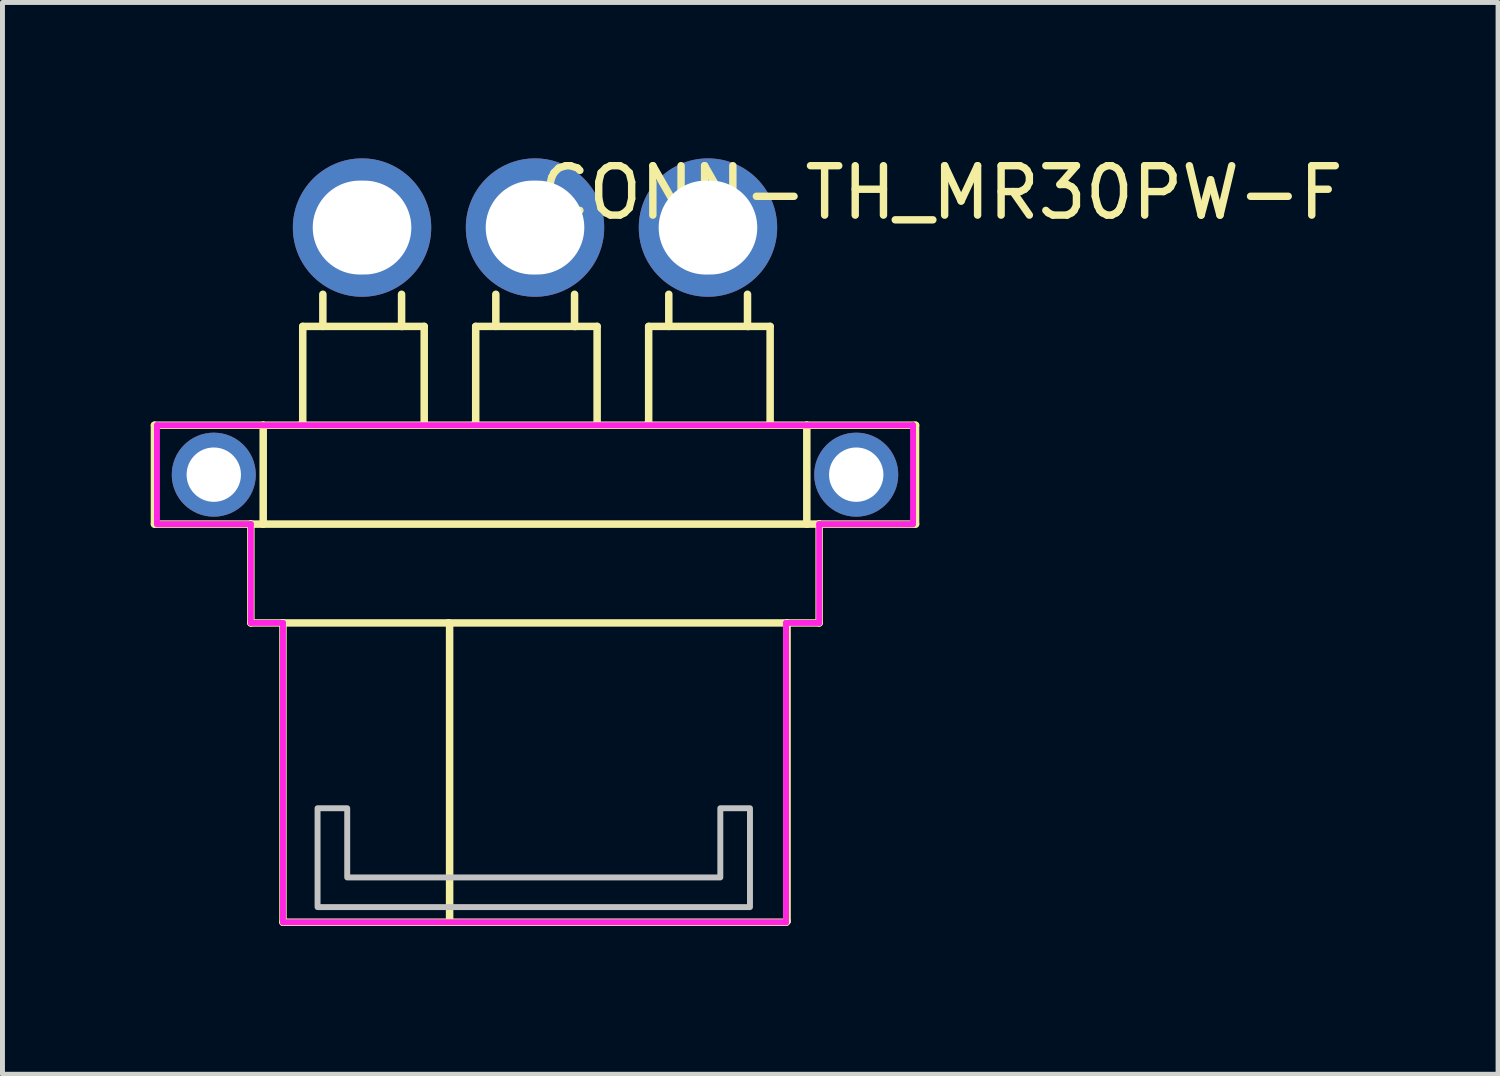
<source format=kicad_pcb>
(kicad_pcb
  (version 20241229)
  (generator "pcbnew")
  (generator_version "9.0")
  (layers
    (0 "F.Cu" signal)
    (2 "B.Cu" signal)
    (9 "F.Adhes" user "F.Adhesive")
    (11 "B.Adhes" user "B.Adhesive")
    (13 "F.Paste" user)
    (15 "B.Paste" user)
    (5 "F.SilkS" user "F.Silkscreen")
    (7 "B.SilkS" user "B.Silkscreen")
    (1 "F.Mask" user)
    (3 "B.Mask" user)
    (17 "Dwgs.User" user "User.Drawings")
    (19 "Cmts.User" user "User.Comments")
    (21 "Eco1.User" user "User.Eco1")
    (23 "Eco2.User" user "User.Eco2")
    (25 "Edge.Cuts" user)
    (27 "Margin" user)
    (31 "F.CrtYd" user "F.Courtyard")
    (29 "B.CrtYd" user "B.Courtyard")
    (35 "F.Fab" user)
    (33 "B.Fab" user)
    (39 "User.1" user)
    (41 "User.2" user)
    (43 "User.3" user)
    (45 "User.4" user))
  (footprint "CONN-TH_MR30PW-F"
    (layer "F.Cu")
    (at 7.776 4.055)
    (property "Reference" "CONN-TH_MR30PW-F" (at 0 -3.207 0) (layer "F.SilkS") (effects (font (size 1 1) (thickness 0.15)) (justify left)))
    (attr through_hole)
    (fp_line (start -7.7 1.5) (end -5.5 1.5) (stroke (width 0.152) (type solid)) (layer "F.SilkS"))
    (fp_line (start -7.7 3.5) (end -7.7 1.5) (stroke (width 0.152) (type solid)) (layer "F.SilkS"))
    (fp_line (start -5.75 3.5) (end -7.7 3.5) (stroke (width 0.152) (type solid)) (layer "F.SilkS"))
    (fp_line (start -5.75 3.5) (end -5.75 5.5) (stroke (width 0.152) (type solid)) (layer "F.SilkS"))
    (fp_line (start -5.75 5.5) (end -5.1 5.5) (stroke (width 0.152) (type solid)) (layer "F.SilkS"))
    (fp_line (start -5.5 1.5) (end 5.5 1.5) (stroke (width 0.152) (type solid)) (layer "F.SilkS"))
    (fp_line (start -5.5 3.5) (end -5.75 3.5) (stroke (width 0.152) (type solid)) (layer "F.SilkS"))
    (fp_line (start -5.5 3.5) (end -5.5 1.5) (stroke (width 0.152) (type solid)) (layer "F.SilkS"))
    (fp_line (start -5.1 5.5) (end -5.1 11.557) (stroke (width 0.152) (type solid)) (layer "F.SilkS"))
    (fp_line (start -5.1 5.5) (end -1.75 5.5) (stroke (width 0.152) (type solid)) (layer "F.SilkS"))
    (fp_line (start -5.1 11.557) (end 5.08 11.557) (stroke (width 0.152) (type solid)) (layer "F.SilkS"))
    (fp_line (start -4.764 1.5) (end -4.7 1.5) (stroke (width 0.152) (type solid)) (layer "F.SilkS"))
    (fp_line (start -4.7 -0.5) (end -2.242 -0.5) (stroke (width 0.152) (type solid)) (layer "F.SilkS"))
    (fp_line (start -4.7 1.5) (end -4.7 -0.5) (stroke (width 0.152) (type solid)) (layer "F.SilkS"))
    (fp_line (start -4.293 -0.5) (end -4.293 -1.15) (stroke (width 0.152) (type solid)) (layer "F.SilkS"))
    (fp_line (start -2.7 -1.15) (end -2.7 -0.5) (stroke (width 0.152) (type solid)) (layer "F.SilkS"))
    (fp_line (start -2.7 -0.5) (end -2.675 -0.5) (stroke (width 0.152) (type solid)) (layer "F.SilkS"))
    (fp_line (start -2.242 -0.5) (end -2.242 1.5) (stroke (width 0.152) (type solid)) (layer "F.SilkS"))
    (fp_line (start -1.75 5.5) (end -1.728 5.522) (stroke (width 0.152) (type solid)) (layer "F.SilkS"))
    (fp_line (start -1.75 5.5) (end 5.1 5.5) (stroke (width 0.152) (type solid)) (layer "F.SilkS"))
    (fp_line (start -1.728 5.522) (end -1.728 11.557) (stroke (width 0.152) (type solid)) (layer "F.SilkS"))
    (fp_line (start -1.264 1.5) (end -1.2 1.5) (stroke (width 0.152) (type solid)) (layer "F.SilkS"))
    (fp_line (start -1.2 -0.5) (end 1.257 -0.5) (stroke (width 0.152) (type solid)) (layer "F.SilkS"))
    (fp_line (start -1.2 1.5) (end -1.2 -0.5) (stroke (width 0.152) (type solid)) (layer "F.SilkS"))
    (fp_line (start -0.793 -0.5) (end -0.793 -1.15) (stroke (width 0.152) (type solid)) (layer "F.SilkS"))
    (fp_line (start 0.8 -1.15) (end 0.8 -0.5) (stroke (width 0.152) (type solid)) (layer "F.SilkS"))
    (fp_line (start 0.8 -0.5) (end 0.825 -0.5) (stroke (width 0.152) (type solid)) (layer "F.SilkS"))
    (fp_line (start 1.257 -0.5) (end 1.257 1.5) (stroke (width 0.152) (type solid)) (layer "F.SilkS"))
    (fp_line (start 2.236 1.5) (end 2.3 1.5) (stroke (width 0.152) (type solid)) (layer "F.SilkS"))
    (fp_line (start 2.3 -0.5) (end 4.758 -0.5) (stroke (width 0.152) (type solid)) (layer "F.SilkS"))
    (fp_line (start 2.3 1.5) (end 2.3 -0.5) (stroke (width 0.152) (type solid)) (layer "F.SilkS"))
    (fp_line (start 2.707 -0.5) (end 2.707 -1.15) (stroke (width 0.152) (type solid)) (layer "F.SilkS"))
    (fp_line (start 4.3 -1.15) (end 4.3 -0.5) (stroke (width 0.152) (type solid)) (layer "F.SilkS"))
    (fp_line (start 4.3 -0.5) (end 4.325 -0.5) (stroke (width 0.152) (type solid)) (layer "F.SilkS"))
    (fp_line (start 4.758 -0.5) (end 4.758 1.5) (stroke (width 0.152) (type solid)) (layer "F.SilkS"))
    (fp_line (start 5.08 11.557) (end 5.1 11.537) (stroke (width 0.152) (type solid)) (layer "F.SilkS"))
    (fp_line (start 5.1 5.5) (end 5.75 5.5) (stroke (width 0.152) (type solid)) (layer "F.SilkS"))
    (fp_line (start 5.1 11.537) (end 5.1 5.5) (stroke (width 0.152) (type solid)) (layer "F.SilkS"))
    (fp_line (start 5.5 1.5) (end 7.7 1.5) (stroke (width 0.152) (type solid)) (layer "F.SilkS"))
    (fp_line (start 5.5 3.5) (end -5.5 3.5) (stroke (width 0.152) (type solid)) (layer "F.SilkS"))
    (fp_line (start 5.5 3.5) (end 5.5 1.5) (stroke (width 0.152) (type solid)) (layer "F.SilkS"))
    (fp_line (start 5.75 3.5) (end 5.5 3.5) (stroke (width 0.152) (type solid)) (layer "F.SilkS"))
    (fp_line (start 5.75 5.5) (end 5.75 3.5) (stroke (width 0.152) (type solid)) (layer "F.SilkS"))
    (fp_line (start 7.7 1.5) (end 7.7 3.5) (stroke (width 0.152) (type solid)) (layer "F.SilkS"))
    (fp_line (start 7.7 3.5) (end 5.75 3.5) (stroke (width 0.152) (type solid)) (layer "F.SilkS"))
    (fp_poly (pts (xy -4.4 9.25) (xy -4.4 11.25) (xy 4.35 11.25) (xy 4.35 9.25) (xy 3.75 9.25) (xy 3.75 10.65) (xy -3.8 10.65) (xy -3.8 9.25)) (stroke (width 0.12) (type solid)) (fill no) (layer "Dwgs.User"))
    (fp_line (start -4.75 -0.5) (end -4.3 -0.5) (stroke (width 0.12) (type solid)) (layer "Eco2.User"))
    (fp_line (start -4.75 1.6) (end -4.75 -0.5) (stroke (width 0.12) (type solid)) (layer "Eco2.User"))
    (fp_line (start -4.3 -3.3) (end -2.7 -3.3) (stroke (width 0.12) (type solid)) (layer "Eco2.User"))
    (fp_line (start -4.3 -0.5) (end -4.3 -3.3) (stroke (width 0.12) (type solid)) (layer "Eco2.User"))
    (fp_line (start -2.7 -3.3) (end -2.7 -0.5) (stroke (width 0.12) (type solid)) (layer "Eco2.User"))
    (fp_line (start -2.7 -0.5) (end -2.25 -0.5) (stroke (width 0.12) (type solid)) (layer "Eco2.User"))
    (fp_line (start -2.25 -0.5) (end -2.25 1.6) (stroke (width 0.12) (type solid)) (layer "Eco2.User"))
    (fp_line (start -2.25 1.6) (end -4.75 1.6) (stroke (width 0.12) (type solid)) (layer "Eco2.User"))
    (fp_line (start -1.25 -0.5) (end -0.8 -0.5) (stroke (width 0.12) (type solid)) (layer "Eco2.User"))
    (fp_line (start -1.25 1.6) (end -1.25 -0.5) (stroke (width 0.12) (type solid)) (layer "Eco2.User"))
    (fp_line (start -0.8 -3.3) (end 0.8 -3.3) (stroke (width 0.12) (type solid)) (layer "Eco2.User"))
    (fp_line (start -0.8 -0.5) (end -0.8 -3.3) (stroke (width 0.12) (type solid)) (layer "Eco2.User"))
    (fp_line (start 0.8 -3.3) (end 0.8 -0.5) (stroke (width 0.12) (type solid)) (layer "Eco2.User"))
    (fp_line (start 0.8 -0.5) (end 1.25 -0.5) (stroke (width 0.12) (type solid)) (layer "Eco2.User"))
    (fp_line (start 1.25 -0.5) (end 1.25 1.6) (stroke (width 0.12) (type solid)) (layer "Eco2.User"))
    (fp_line (start 1.25 1.6) (end -1.25 1.6) (stroke (width 0.12) (type solid)) (layer "Eco2.User"))
    (fp_line (start 2.25 -0.5) (end 2.7 -0.5) (stroke (width 0.12) (type solid)) (layer "Eco2.User"))
    (fp_line (start 2.25 1.6) (end 2.25 -0.5) (stroke (width 0.12) (type solid)) (layer "Eco2.User"))
    (fp_line (start 2.7 -3.3) (end 4.3 -3.3) (stroke (width 0.12) (type solid)) (layer "Eco2.User"))
    (fp_line (start 2.7 -0.5) (end 2.7 -3.3) (stroke (width 0.12) (type solid)) (layer "Eco2.User"))
    (fp_line (start 4.3 -3.3) (end 4.3 -0.5) (stroke (width 0.12) (type solid)) (layer "Eco2.User"))
    (fp_line (start 4.3 -0.5) (end 4.75 -0.5) (stroke (width 0.12) (type solid)) (layer "Eco2.User"))
    (fp_line (start 4.75 -0.5) (end 4.75 1.6) (stroke (width 0.12) (type solid)) (layer "Eco2.User"))
    (fp_line (start 4.75 1.6) (end 2.25 1.6) (stroke (width 0.12) (type solid)) (layer "Eco2.User"))
    (fp_circle (center -7.65 -3.3) (end -7.62 -3.3) (stroke (width 0.06) (type solid)) (fill no) (layer "Eco2.User"))
    (fp_circle (center -6.5 2.5) (end -6.3 2.5) (stroke (width 0.4) (type solid)) (fill no) (layer "Eco2.User"))
    (fp_circle (center -3.5 -2.5) (end -3.1 -2.5) (stroke (width 0.8) (type solid)) (fill no) (layer "Eco2.User"))
    (fp_circle (center 0 -2.5) (end 0.4 -2.5) (stroke (width 0.8) (type solid)) (fill no) (layer "Eco2.User"))
    (fp_circle (center 3.5 -2.5) (end 3.9 -2.5) (stroke (width 0.8) (type solid)) (fill no) (layer "Eco2.User"))
    (fp_circle (center 6.5 2.5) (end 6.7 2.5) (stroke (width 0.4) (type solid)) (fill no) (layer "Eco2.User"))
    (fp_line (start -7.65 1.5) (end -7.65 3.5) (stroke (width 0.12) (type solid)) (layer "F.CrtYd"))
    (fp_line (start -7.65 3.5) (end -5.75 3.5) (stroke (width 0.12) (type solid)) (layer "F.CrtYd"))
    (fp_line (start -5.75 3.5) (end -5.75 5.5) (stroke (width 0.12) (type solid)) (layer "F.CrtYd"))
    (fp_line (start -5.75 5.5) (end -5.1 5.5) (stroke (width 0.12) (type solid)) (layer "F.CrtYd"))
    (fp_line (start -5.1 5.5) (end -5.1 11.557) (stroke (width 0.12) (type solid)) (layer "F.CrtYd"))
    (fp_line (start -5.1 11.557) (end 5.08 11.557) (stroke (width 0.12) (type solid)) (layer "F.CrtYd"))
    (fp_line (start 5.08 5.5) (end 5.75 5.5) (stroke (width 0.12) (type solid)) (layer "F.CrtYd"))
    (fp_line (start 5.08 11.557) (end 5.08 5.5) (stroke (width 0.12) (type solid)) (layer "F.CrtYd"))
    (fp_line (start 5.75 3.5) (end 7.65 3.5) (stroke (width 0.12) (type solid)) (layer "F.CrtYd"))
    (fp_line (start 5.75 5.5) (end 5.75 3.5) (stroke (width 0.12) (type solid)) (layer "F.CrtYd"))
    (fp_line (start 7.65 1.5) (end -7.65 1.5) (stroke (width 0.12) (type solid)) (layer "F.CrtYd"))
    (fp_line (start 7.65 1.5) (end 7.65 1.5) (stroke (width 0.12) (type solid)) (layer "F.CrtYd"))
    (fp_line (start 7.65 3.5) (end 7.65 1.5) (stroke (width 0.12) (type solid)) (layer "F.CrtYd"))
    (pad "1" thru_hole circle (at -3.5 -2.5 180) (size 2.8 2.8) (drill oval 1.995 1.9) (layers "*.Cu" "*.Mask"))
    (pad "2" thru_hole circle (at 0 -2.5 180) (size 2.8 2.8) (drill oval 1.995 1.9) (layers "*.Cu" "*.Mask"))
    (pad "3" thru_hole circle (at 3.5 -2.5 180) (size 2.8 2.8) (drill oval 1.995 1.9) (layers "*.Cu" "*.Mask"))
    (pad "4" thru_hole circle (at 6.5 2.5 180) (size 1.7 1.7) (drill oval 1.1) (layers "*.Cu" "*.Mask"))
    (pad "5" thru_hole circle (at -6.5 2.5 180) (size 1.7 1.7) (drill oval 1.1) (layers "*.Cu" "*.Mask")))
  (gr_rect
    (start -3 -3)
    (end 27.264 18.688)
    (stroke (width 0.1) (type default))
    (fill no)
    (layer "Edge.Cuts")))
</source>
